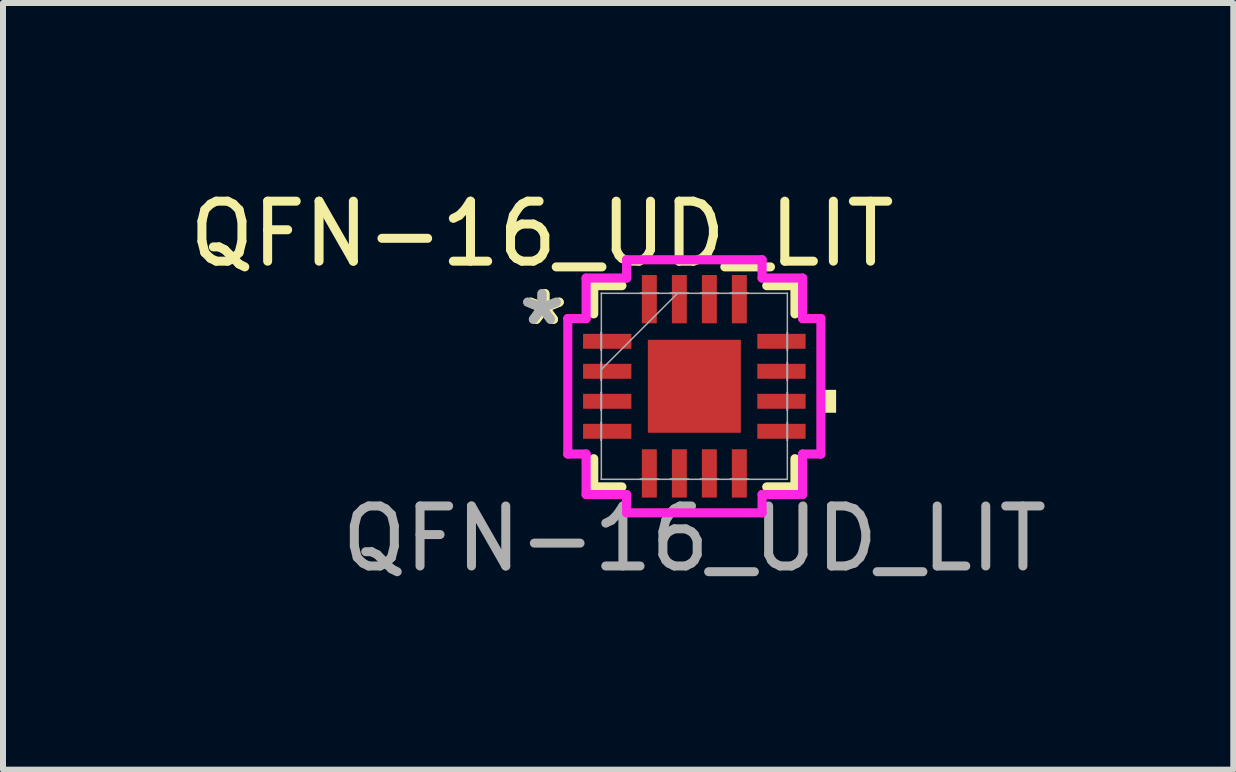
<source format=kicad_pcb>
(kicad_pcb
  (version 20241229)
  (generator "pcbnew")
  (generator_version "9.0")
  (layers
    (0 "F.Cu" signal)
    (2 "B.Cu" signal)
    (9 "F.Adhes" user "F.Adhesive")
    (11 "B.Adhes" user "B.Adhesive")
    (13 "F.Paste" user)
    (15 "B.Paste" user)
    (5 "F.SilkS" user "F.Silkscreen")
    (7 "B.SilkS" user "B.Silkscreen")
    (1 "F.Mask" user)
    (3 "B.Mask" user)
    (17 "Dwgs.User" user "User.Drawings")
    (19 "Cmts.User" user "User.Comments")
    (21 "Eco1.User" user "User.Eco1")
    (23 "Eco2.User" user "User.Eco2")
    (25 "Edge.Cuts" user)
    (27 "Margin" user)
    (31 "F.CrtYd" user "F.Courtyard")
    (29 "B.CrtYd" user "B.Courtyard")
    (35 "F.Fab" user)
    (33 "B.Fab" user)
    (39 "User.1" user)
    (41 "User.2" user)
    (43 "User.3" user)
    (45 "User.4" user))
  (footprint "QFN-16_UD_LIT"
    (layer "F.Cu")
    (at 8.522 3.388)
    (property "Reference" "QFN-16_UD_LIT" (at -2.54 -2.54 0) (unlocked yes) (layer "F.SilkS") (effects (font (size 1 1) (thickness 0.15))))
    (attr smd)
    (fp_line (start -1.677 -1.677) (end -1.677 -1.207) (stroke (width 0.152) (type solid)) (layer "F.SilkS"))
    (fp_line (start -1.677 1.207) (end -1.677 1.677) (stroke (width 0.152) (type solid)) (layer "F.SilkS"))
    (fp_line (start -1.677 1.677) (end -1.207 1.677) (stroke (width 0.152) (type solid)) (layer "F.SilkS"))
    (fp_line (start -1.207 -1.677) (end -1.677 -1.677) (stroke (width 0.152) (type solid)) (layer "F.SilkS"))
    (fp_line (start 1.207 1.677) (end 1.677 1.677) (stroke (width 0.152) (type solid)) (layer "F.SilkS"))
    (fp_line (start 1.677 -1.677) (end 1.207 -1.677) (stroke (width 0.152) (type solid)) (layer "F.SilkS"))
    (fp_line (start 1.677 -1.207) (end 1.677 -1.677) (stroke (width 0.152) (type solid)) (layer "F.SilkS"))
    (fp_line (start 1.677 1.677) (end 1.677 1.207) (stroke (width 0.152) (type solid)) (layer "F.SilkS"))
    (fp_poly (pts (xy 2.363 0.059) (xy 2.363 0.441) (xy 2.109 0.441) (xy 2.109 0.059)) (stroke (width 0) (type solid)) (fill yes) (layer "F.SilkS"))
    (fp_line (start -2.109 -1.129) (end -1.804 -1.129) (stroke (width 0.152) (type solid)) (layer "F.CrtYd"))
    (fp_line (start -2.109 1.129) (end -2.109 -1.129) (stroke (width 0.152) (type solid)) (layer "F.CrtYd"))
    (fp_line (start -1.804 -1.804) (end -1.129 -1.804) (stroke (width 0.152) (type solid)) (layer "F.CrtYd"))
    (fp_line (start -1.804 -1.129) (end -1.804 -1.804) (stroke (width 0.152) (type solid)) (layer "F.CrtYd"))
    (fp_line (start -1.804 1.129) (end -2.109 1.129) (stroke (width 0.152) (type solid)) (layer "F.CrtYd"))
    (fp_line (start -1.804 1.804) (end -1.804 1.129) (stroke (width 0.152) (type solid)) (layer "F.CrtYd"))
    (fp_line (start -1.129 -2.109) (end 1.129 -2.109) (stroke (width 0.152) (type solid)) (layer "F.CrtYd"))
    (fp_line (start -1.129 -1.804) (end -1.129 -2.109) (stroke (width 0.152) (type solid)) (layer "F.CrtYd"))
    (fp_line (start -1.129 1.804) (end -1.804 1.804) (stroke (width 0.152) (type solid)) (layer "F.CrtYd"))
    (fp_line (start -1.129 2.109) (end -1.129 1.804) (stroke (width 0.152) (type solid)) (layer "F.CrtYd"))
    (fp_line (start 1.129 -2.109) (end 1.129 -1.804) (stroke (width 0.152) (type solid)) (layer "F.CrtYd"))
    (fp_line (start 1.129 -1.804) (end 1.804 -1.804) (stroke (width 0.152) (type solid)) (layer "F.CrtYd"))
    (fp_line (start 1.129 1.804) (end 1.129 2.109) (stroke (width 0.152) (type solid)) (layer "F.CrtYd"))
    (fp_line (start 1.129 2.109) (end -1.129 2.109) (stroke (width 0.152) (type solid)) (layer "F.CrtYd"))
    (fp_line (start 1.804 -1.804) (end 1.804 -1.129) (stroke (width 0.152) (type solid)) (layer "F.CrtYd"))
    (fp_line (start 1.804 -1.129) (end 2.109 -1.129) (stroke (width 0.152) (type solid)) (layer "F.CrtYd"))
    (fp_line (start 1.804 1.129) (end 1.804 1.804) (stroke (width 0.152) (type solid)) (layer "F.CrtYd"))
    (fp_line (start 1.804 1.804) (end 1.129 1.804) (stroke (width 0.152) (type solid)) (layer "F.CrtYd"))
    (fp_line (start 2.109 -1.129) (end 2.109 1.129) (stroke (width 0.152) (type solid)) (layer "F.CrtYd"))
    (fp_line (start 2.109 1.129) (end 1.804 1.129) (stroke (width 0.152) (type solid)) (layer "F.CrtYd"))
    (fp_line (start -1.55 -1.55) (end -1.55 -1.55) (stroke (width 0.025) (type solid)) (layer "F.Fab"))
    (fp_line (start -1.55 -1.55) (end -1.55 1.55) (stroke (width 0.025) (type solid)) (layer "F.Fab"))
    (fp_line (start -1.55 -0.9) (end -1.55 -0.9) (stroke (width 0.025) (type solid)) (layer "F.Fab"))
    (fp_line (start -1.55 -0.9) (end -1.55 -0.6) (stroke (width 0.025) (type solid)) (layer "F.Fab"))
    (fp_line (start -1.55 -0.6) (end -1.55 -0.9) (stroke (width 0.025) (type solid)) (layer "F.Fab"))
    (fp_line (start -1.55 -0.6) (end -1.55 -0.6) (stroke (width 0.025) (type solid)) (layer "F.Fab"))
    (fp_line (start -1.55 -0.4) (end -1.55 -0.4) (stroke (width 0.025) (type solid)) (layer "F.Fab"))
    (fp_line (start -1.55 -0.4) (end -1.55 -0.1) (stroke (width 0.025) (type solid)) (layer "F.Fab"))
    (fp_line (start -1.55 -0.28) (end -0.28 -1.55) (stroke (width 0.025) (type solid)) (layer "F.Fab"))
    (fp_line (start -1.55 -0.1) (end -1.55 -0.4) (stroke (width 0.025) (type solid)) (layer "F.Fab"))
    (fp_line (start -1.55 -0.1) (end -1.55 -0.1) (stroke (width 0.025) (type solid)) (layer "F.Fab"))
    (fp_line (start -1.55 0.1) (end -1.55 0.1) (stroke (width 0.025) (type solid)) (layer "F.Fab"))
    (fp_line (start -1.55 0.1) (end -1.55 0.4) (stroke (width 0.025) (type solid)) (layer "F.Fab"))
    (fp_line (start -1.55 0.4) (end -1.55 0.1) (stroke (width 0.025) (type solid)) (layer "F.Fab"))
    (fp_line (start -1.55 0.4) (end -1.55 0.4) (stroke (width 0.025) (type solid)) (layer "F.Fab"))
    (fp_line (start -1.55 0.6) (end -1.55 0.6) (stroke (width 0.025) (type solid)) (layer "F.Fab"))
    (fp_line (start -1.55 0.6) (end -1.55 0.9) (stroke (width 0.025) (type solid)) (layer "F.Fab"))
    (fp_line (start -1.55 0.9) (end -1.55 0.6) (stroke (width 0.025) (type solid)) (layer "F.Fab"))
    (fp_line (start -1.55 0.9) (end -1.55 0.9) (stroke (width 0.025) (type solid)) (layer "F.Fab"))
    (fp_line (start -1.55 1.55) (end -1.55 1.55) (stroke (width 0.025) (type solid)) (layer "F.Fab"))
    (fp_line (start -1.55 1.55) (end 1.55 1.55) (stroke (width 0.025) (type solid)) (layer "F.Fab"))
    (fp_line (start -0.9 -1.55) (end -0.9 -1.55) (stroke (width 0.025) (type solid)) (layer "F.Fab"))
    (fp_line (start -0.9 -1.55) (end -0.6 -1.55) (stroke (width 0.025) (type solid)) (layer "F.Fab"))
    (fp_line (start -0.9 1.55) (end -0.9 1.55) (stroke (width 0.025) (type solid)) (layer "F.Fab"))
    (fp_line (start -0.9 1.55) (end -0.6 1.55) (stroke (width 0.025) (type solid)) (layer "F.Fab"))
    (fp_line (start -0.6 -1.55) (end -0.9 -1.55) (stroke (width 0.025) (type solid)) (layer "F.Fab"))
    (fp_line (start -0.6 -1.55) (end -0.6 -1.55) (stroke (width 0.025) (type solid)) (layer "F.Fab"))
    (fp_line (start -0.6 1.55) (end -0.9 1.55) (stroke (width 0.025) (type solid)) (layer "F.Fab"))
    (fp_line (start -0.6 1.55) (end -0.6 1.55) (stroke (width 0.025) (type solid)) (layer "F.Fab"))
    (fp_line (start -0.4 -1.55) (end -0.4 -1.55) (stroke (width 0.025) (type solid)) (layer "F.Fab"))
    (fp_line (start -0.4 -1.55) (end -0.1 -1.55) (stroke (width 0.025) (type solid)) (layer "F.Fab"))
    (fp_line (start -0.4 1.55) (end -0.4 1.55) (stroke (width 0.025) (type solid)) (layer "F.Fab"))
    (fp_line (start -0.4 1.55) (end -0.1 1.55) (stroke (width 0.025) (type solid)) (layer "F.Fab"))
    (fp_line (start -0.1 -1.55) (end -0.4 -1.55) (stroke (width 0.025) (type solid)) (layer "F.Fab"))
    (fp_line (start -0.1 -1.55) (end -0.1 -1.55) (stroke (width 0.025) (type solid)) (layer "F.Fab"))
    (fp_line (start -0.1 1.55) (end -0.4 1.55) (stroke (width 0.025) (type solid)) (layer "F.Fab"))
    (fp_line (start -0.1 1.55) (end -0.1 1.55) (stroke (width 0.025) (type solid)) (layer "F.Fab"))
    (fp_line (start 0.1 -1.55) (end 0.1 -1.55) (stroke (width 0.025) (type solid)) (layer "F.Fab"))
    (fp_line (start 0.1 -1.55) (end 0.4 -1.55) (stroke (width 0.025) (type solid)) (layer "F.Fab"))
    (fp_line (start 0.1 1.55) (end 0.1 1.55) (stroke (width 0.025) (type solid)) (layer "F.Fab"))
    (fp_line (start 0.1 1.55) (end 0.4 1.55) (stroke (width 0.025) (type solid)) (layer "F.Fab"))
    (fp_line (start 0.4 -1.55) (end 0.1 -1.55) (stroke (width 0.025) (type solid)) (layer "F.Fab"))
    (fp_line (start 0.4 -1.55) (end 0.4 -1.55) (stroke (width 0.025) (type solid)) (layer "F.Fab"))
    (fp_line (start 0.4 1.55) (end 0.1 1.55) (stroke (width 0.025) (type solid)) (layer "F.Fab"))
    (fp_line (start 0.4 1.55) (end 0.4 1.55) (stroke (width 0.025) (type solid)) (layer "F.Fab"))
    (fp_line (start 0.6 -1.55) (end 0.6 -1.55) (stroke (width 0.025) (type solid)) (layer "F.Fab"))
    (fp_line (start 0.6 -1.55) (end 0.9 -1.55) (stroke (width 0.025) (type solid)) (layer "F.Fab"))
    (fp_line (start 0.6 1.55) (end 0.6 1.55) (stroke (width 0.025) (type solid)) (layer "F.Fab"))
    (fp_line (start 0.6 1.55) (end 0.9 1.55) (stroke (width 0.025) (type solid)) (layer "F.Fab"))
    (fp_line (start 0.9 -1.55) (end 0.6 -1.55) (stroke (width 0.025) (type solid)) (layer "F.Fab"))
    (fp_line (start 0.9 -1.55) (end 0.9 -1.55) (stroke (width 0.025) (type solid)) (layer "F.Fab"))
    (fp_line (start 0.9 1.55) (end 0.6 1.55) (stroke (width 0.025) (type solid)) (layer "F.Fab"))
    (fp_line (start 0.9 1.55) (end 0.9 1.55) (stroke (width 0.025) (type solid)) (layer "F.Fab"))
    (fp_line (start 1.55 -1.55) (end -1.55 -1.55) (stroke (width 0.025) (type solid)) (layer "F.Fab"))
    (fp_line (start 1.55 -1.55) (end 1.55 -1.55) (stroke (width 0.025) (type solid)) (layer "F.Fab"))
    (fp_line (start 1.55 -0.9) (end 1.55 -0.9) (stroke (width 0.025) (type solid)) (layer "F.Fab"))
    (fp_line (start 1.55 -0.9) (end 1.55 -0.6) (stroke (width 0.025) (type solid)) (layer "F.Fab"))
    (fp_line (start 1.55 -0.6) (end 1.55 -0.9) (stroke (width 0.025) (type solid)) (layer "F.Fab"))
    (fp_line (start 1.55 -0.6) (end 1.55 -0.6) (stroke (width 0.025) (type solid)) (layer "F.Fab"))
    (fp_line (start 1.55 -0.4) (end 1.55 -0.4) (stroke (width 0.025) (type solid)) (layer "F.Fab"))
    (fp_line (start 1.55 -0.4) (end 1.55 -0.1) (stroke (width 0.025) (type solid)) (layer "F.Fab"))
    (fp_line (start 1.55 -0.1) (end 1.55 -0.4) (stroke (width 0.025) (type solid)) (layer "F.Fab"))
    (fp_line (start 1.55 -0.1) (end 1.55 -0.1) (stroke (width 0.025) (type solid)) (layer "F.Fab"))
    (fp_line (start 1.55 0.1) (end 1.55 0.1) (stroke (width 0.025) (type solid)) (layer "F.Fab"))
    (fp_line (start 1.55 0.1) (end 1.55 0.4) (stroke (width 0.025) (type solid)) (layer "F.Fab"))
    (fp_line (start 1.55 0.4) (end 1.55 0.1) (stroke (width 0.025) (type solid)) (layer "F.Fab"))
    (fp_line (start 1.55 0.4) (end 1.55 0.4) (stroke (width 0.025) (type solid)) (layer "F.Fab"))
    (fp_line (start 1.55 0.6) (end 1.55 0.6) (stroke (width 0.025) (type solid)) (layer "F.Fab"))
    (fp_line (start 1.55 0.6) (end 1.55 0.9) (stroke (width 0.025) (type solid)) (layer "F.Fab"))
    (fp_line (start 1.55 0.9) (end 1.55 0.6) (stroke (width 0.025) (type solid)) (layer "F.Fab"))
    (fp_line (start 1.55 0.9) (end 1.55 0.9) (stroke (width 0.025) (type solid)) (layer "F.Fab"))
    (fp_line (start 1.55 1.55) (end 1.55 -1.55) (stroke (width 0.025) (type solid)) (layer "F.Fab"))
    (fp_line (start 1.55 1.55) (end 1.55 1.55) (stroke (width 0.025) (type solid)) (layer "F.Fab"))
    (fp_text user "*" (at -2.49 -1 0) (layer "F.SilkS") (effects (font (size 1 1) (thickness 0.15))))
    (fp_text user "*" (at -2.49 -1 0) (unlocked yes) (layer "F.SilkS") (effects (font (size 1 1) (thickness 0.15))))
    (fp_text user "*" (at -2.54 -1 0) (unlocked yes) (layer "F.Fab") (effects (font (size 1 1) (thickness 0.15))))
    (fp_text user "${REFERENCE}" (at 0 2.54 0) (unlocked yes) (layer "F.Fab") (effects (font (size 1 1) (thickness 0.15))))
    (fp_text user "*" (at -2.54 -1 0) (layer "F.Fab") (effects (font (size 1 1) (thickness 0.15))))
    (pad "1" smd rect (at -1.452 -0.75 90) (size 0.249 0.805) (layers "F.Cu" "F.Mask" "F.Paste"))
    (pad "2" smd rect (at -1.452 -0.25 90) (size 0.249 0.805) (layers "F.Cu" "F.Mask" "F.Paste"))
    (pad "3" smd rect (at -1.452 0.25 90) (size 0.249 0.805) (layers "F.Cu" "F.Mask" "F.Paste"))
    (pad "4" smd rect (at -1.452 0.75 90) (size 0.249 0.805) (layers "F.Cu" "F.Mask" "F.Paste"))
    (pad "5" smd rect (at -0.75 1.452) (size 0.249 0.805) (layers "F.Cu" "F.Mask" "F.Paste"))
    (pad "6" smd rect (at -0.25 1.452) (size 0.249 0.805) (layers "F.Cu" "F.Mask" "F.Paste"))
    (pad "7" smd rect (at 0.25 1.452) (size 0.249 0.805) (layers "F.Cu" "F.Mask" "F.Paste"))
    (pad "8" smd rect (at 0.75 1.452) (size 0.249 0.805) (layers "F.Cu" "F.Mask" "F.Paste"))
    (pad "9" smd rect (at 1.452 0.75 90) (size 0.249 0.805) (layers "F.Cu" "F.Mask" "F.Paste"))
    (pad "10" smd rect (at 1.452 0.25 90) (size 0.249 0.805) (layers "F.Cu" "F.Mask" "F.Paste"))
    (pad "11" smd rect (at 1.452 -0.25 90) (size 0.249 0.805) (layers "F.Cu" "F.Mask" "F.Paste"))
    (pad "12" smd rect (at 1.452 -0.75 90) (size 0.249 0.805) (layers "F.Cu" "F.Mask" "F.Paste"))
    (pad "13" smd rect (at 0.75 -1.452) (size 0.249 0.805) (layers "F.Cu" "F.Mask" "F.Paste"))
    (pad "14" smd rect (at 0.25 -1.452) (size 0.249 0.805) (layers "F.Cu" "F.Mask" "F.Paste"))
    (pad "15" smd rect (at -0.25 -1.452) (size 0.249 0.805) (layers "F.Cu" "F.Mask" "F.Paste"))
    (pad "16" smd rect (at -0.75 -1.452) (size 0.249 0.805) (layers "F.Cu" "F.Mask" "F.Paste"))
    (pad "17" smd rect (at 0 0) (size 1.55 1.55) (layers "F.Cu" "F.Mask" "F.Paste")))
  (gr_rect
    (start -3 -3)
    (end 17.504 9.777)
    (stroke (width 0.1) (type default))
    (fill no)
    (layer "Edge.Cuts")))
</source>
